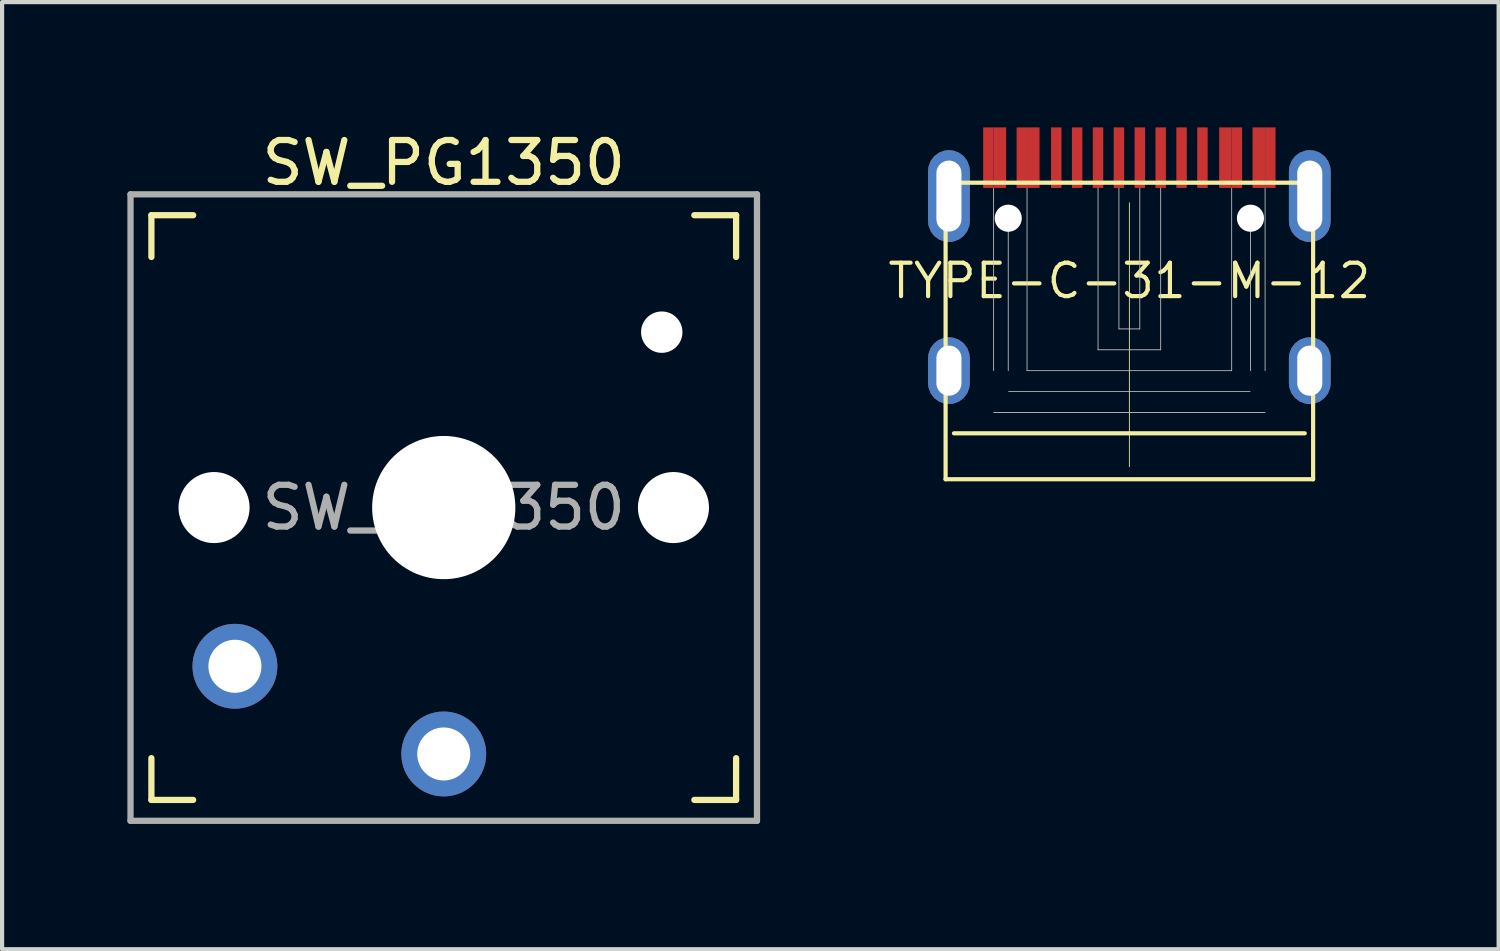
<source format=kicad_pcb>
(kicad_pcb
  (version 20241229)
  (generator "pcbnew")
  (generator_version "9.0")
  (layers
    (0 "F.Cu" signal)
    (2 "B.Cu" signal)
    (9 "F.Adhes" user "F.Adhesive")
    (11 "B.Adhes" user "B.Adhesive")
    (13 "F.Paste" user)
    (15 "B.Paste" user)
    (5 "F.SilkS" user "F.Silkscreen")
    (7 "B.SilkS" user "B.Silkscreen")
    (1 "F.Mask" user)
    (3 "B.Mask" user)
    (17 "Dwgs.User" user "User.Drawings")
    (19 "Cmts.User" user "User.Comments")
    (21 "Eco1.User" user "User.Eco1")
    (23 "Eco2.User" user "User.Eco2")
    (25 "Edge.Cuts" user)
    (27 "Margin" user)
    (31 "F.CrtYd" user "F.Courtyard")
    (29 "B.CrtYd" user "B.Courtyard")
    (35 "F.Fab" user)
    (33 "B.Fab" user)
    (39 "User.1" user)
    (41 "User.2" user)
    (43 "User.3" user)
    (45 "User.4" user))
  (footprint "TYPE-C-31-M-12"
    (layer "F.Cu")
    (at 23.991 5.825)
    (property "Reference" "TYPE-C-31-M-12" (at 0 -2.15 180) (layer "F.SilkS") (effects (font (size 0.8 0.8) (thickness 0.1))))
    (attr smd)
    (fp_line (start -4.4 -4.5) (end -4.4 2.6) (stroke (width 0.1) (type solid)) (layer "F.SilkS"))
    (fp_line (start -4.4 -4.5) (end 4.4 -4.5) (stroke (width 0.1) (type solid)) (layer "F.SilkS"))
    (fp_line (start 0 -4.02) (end 0 2.3) (stroke (width 0.02) (type solid)) (layer "F.SilkS"))
    (fp_line (start 4.2 1.5) (end -4.2 1.5) (stroke (width 0.1) (type solid)) (layer "F.SilkS"))
    (fp_line (start 4.4 -4.5) (end 4.4 2.6) (stroke (width 0.1) (type solid)) (layer "F.SilkS"))
    (fp_line (start 4.4 2.6) (end -4.4 2.6) (stroke (width 0.1) (type solid)) (layer "F.SilkS"))
    (fp_line (start -3.25 -4.37) (end -3.25 0) (stroke (width 0.02) (type solid)) (layer "Dwgs.User"))
    (fp_line (start -3.25 1) (end 3.25 1) (stroke (width 0.02) (type solid)) (layer "Dwgs.User"))
    (fp_line (start -2.9 -3.65) (end -2.9 0) (stroke (width 0.02) (type solid)) (layer "Dwgs.User"))
    (fp_line (start -2.89 0.5) (end 2.89 0.5) (stroke (width 0.02) (type solid)) (layer "Dwgs.User"))
    (fp_line (start -2.45 -4.37) (end -2.45 0) (stroke (width 0.02) (type solid)) (layer "Dwgs.User"))
    (fp_line (start -2.45 0) (end 2.45 0) (stroke (width 0.02) (type solid)) (layer "Dwgs.User"))
    (fp_line (start -0.75 -4.37) (end -0.75 -0.5) (stroke (width 0.02) (type solid)) (layer "Dwgs.User"))
    (fp_line (start -0.75 -0.5) (end 0.75 -0.5) (stroke (width 0.02) (type solid)) (layer "Dwgs.User"))
    (fp_line (start -0.25 -4.37) (end -0.25 -1) (stroke (width 0.02) (type solid)) (layer "Dwgs.User"))
    (fp_line (start -0.25 -1) (end 0.25 -1) (stroke (width 0.02) (type solid)) (layer "Dwgs.User"))
    (fp_line (start 0.25 -4.37) (end 0.25 -1) (stroke (width 0.02) (type solid)) (layer "Dwgs.User"))
    (fp_line (start 0.75 -4.37) (end 0.75 -0.5) (stroke (width 0.02) (type solid)) (layer "Dwgs.User"))
    (fp_line (start 2.45 -4.37) (end 2.45 0) (stroke (width 0.02) (type solid)) (layer "Dwgs.User"))
    (fp_line (start 2.9 -3.65) (end 2.9 0) (stroke (width 0.02) (type solid)) (layer "Dwgs.User"))
    (fp_line (start 3.25 -4.37) (end 3.25 0) (stroke (width 0.02) (type solid)) (layer "Dwgs.User"))
    (pad "" np_thru_hole circle (at -2.9 -3.65) (size 0.65 0.65) (drill 0.65) (layers "*.Cu" "*.Mask"))
    (pad "" np_thru_hole circle (at 2.9 -3.65) (size 0.65 0.65) (drill 0.65) (layers "*.Cu" "*.Mask"))
    (pad "A1" smd rect (at -3.375 -5.1) (size 0.25 1.45) (layers "F.Cu" "F.Mask" "F.Paste"))
    (pad "A4" smd rect (at -2.575 -5.1) (size 0.25 1.45) (layers "F.Cu" "F.Mask" "F.Paste"))
    (pad "A5" smd rect (at -1.25 -5.1) (size 0.25 1.45) (layers "F.Cu" "F.Mask" "F.Paste"))
    (pad "A6" smd rect (at -0.25 -5.1) (size 0.25 1.45) (layers "F.Cu" "F.Mask" "F.Paste"))
    (pad "A7" smd rect (at 0.25 -5.1) (size 0.25 1.45) (layers "F.Cu" "F.Mask" "F.Paste"))
    (pad "A8" smd rect (at 1.25 -5.1) (size 0.25 1.45) (layers "F.Cu" "F.Mask" "F.Paste"))
    (pad "A9" smd rect (at 2.575 -5.1) (size 0.25 1.45) (layers "F.Cu" "F.Mask" "F.Paste"))
    (pad "A12" smd rect (at 3.375 -5.1) (size 0.25 1.45) (layers "F.Cu" "F.Mask" "F.Paste"))
    (pad "B1" smd rect (at 3.1 -5.1) (size 0.3 1.45) (layers "F.Cu" "F.Mask" "F.Paste"))
    (pad "B4" smd rect (at 2.3 -5.1) (size 0.3 1.45) (layers "F.Cu" "F.Mask" "F.Paste"))
    (pad "B5" smd rect (at 1.75 -5.1) (size 0.25 1.45) (layers "F.Cu" "F.Mask" "F.Paste"))
    (pad "B6" smd rect (at 0.75 -5.1) (size 0.25 1.45) (layers "F.Cu" "F.Mask" "F.Paste"))
    (pad "B7" smd rect (at -0.75 -5.1) (size 0.25 1.45) (layers "F.Cu" "F.Mask" "F.Paste"))
    (pad "B8" smd rect (at -1.75 -5.1) (size 0.25 1.45) (layers "F.Cu" "F.Mask" "F.Paste"))
    (pad "B9" smd rect (at -2.3 -5.1) (size 0.3 1.45) (layers "F.Cu" "F.Mask" "F.Paste"))
    (pad "B12" smd rect (at -3.1 -5.1) (size 0.3 1.45) (layers "F.Cu" "F.Mask" "F.Paste"))
    (pad "S1" thru_hole roundrect (at -4.32 -4.18) (size 1 2.2) (drill oval 0.6 1.7) (layers "*.Cu" "*.Mask") (roundrect_rratio 0.5))
    (pad "S1" thru_hole roundrect (at -4.32 0) (size 1 1.6) (drill oval 0.6 1.2) (layers "*.Cu" "*.Mask") (roundrect_rratio 0.5))
    (pad "S1" thru_hole roundrect (at 4.32 -4.18) (size 1 2.2) (drill oval 0.6 1.7) (layers "*.Cu" "*.Mask") (roundrect_rratio 0.5))
    (pad "S1" thru_hole roundrect (at 4.32 0) (size 1 1.6) (drill oval 0.6 1.2) (layers "*.Cu" "*.Mask") (roundrect_rratio 0.5)))
  (footprint "SW_PG1350"
    (layer "F.Cu")
    (at 7.575 9.103)
    (property "Reference" "SW_PG1350" (at 0 -8.255 0) (layer "F.SilkS") (effects (font (size 1 1) (thickness 0.15))))
    (attr through_hole)
    (fp_line (start -7 -6) (end -7 -7) (stroke (width 0.15) (type solid)) (layer "F.SilkS"))
    (fp_line (start -7 7) (end -7 6) (stroke (width 0.15) (type solid)) (layer "F.SilkS"))
    (fp_line (start -7 7) (end -6 7) (stroke (width 0.15) (type solid)) (layer "F.SilkS"))
    (fp_line (start -6 -7) (end -7 -7) (stroke (width 0.15) (type solid)) (layer "F.SilkS"))
    (fp_line (start 6 7) (end 7 7) (stroke (width 0.15) (type solid)) (layer "F.SilkS"))
    (fp_line (start 7 -7) (end 6 -7) (stroke (width 0.15) (type solid)) (layer "F.SilkS"))
    (fp_line (start 7 -7) (end 7 -6) (stroke (width 0.15) (type solid)) (layer "F.SilkS"))
    (fp_line (start 7 6) (end 7 7) (stroke (width 0.15) (type solid)) (layer "F.SilkS"))
    (fp_line (start -6.9 6.9) (end -6.9 -6.9) (stroke (width 0.15) (type solid)) (layer "Eco2.User"))
    (fp_line (start -6.9 6.9) (end 6.9 6.9) (stroke (width 0.15) (type solid)) (layer "Eco2.User"))
    (fp_line (start -2.6 -3.1) (end -2.6 -6.3) (stroke (width 0.15) (type solid)) (layer "Eco2.User"))
    (fp_line (start -2.6 -3.1) (end 2.6 -3.1) (stroke (width 0.15) (type solid)) (layer "Eco2.User"))
    (fp_line (start 2.6 -6.3) (end -2.6 -6.3) (stroke (width 0.15) (type solid)) (layer "Eco2.User"))
    (fp_line (start 2.6 -3.1) (end 2.6 -6.3) (stroke (width 0.15) (type solid)) (layer "Eco2.User"))
    (fp_line (start 6.9 -6.9) (end -6.9 -6.9) (stroke (width 0.15) (type solid)) (layer "Eco2.User"))
    (fp_line (start 6.9 -6.9) (end 6.9 6.9) (stroke (width 0.15) (type solid)) (layer "Eco2.User"))
    (fp_line (start -7.5 -7.5) (end 7.5 -7.5) (stroke (width 0.15) (type solid)) (layer "F.Fab"))
    (fp_line (start -7.5 7.5) (end -7.5 -7.5) (stroke (width 0.15) (type solid)) (layer "F.Fab"))
    (fp_line (start 7.5 -7.5) (end 7.5 7.5) (stroke (width 0.15) (type solid)) (layer "F.Fab"))
    (fp_line (start 7.5 7.5) (end -7.5 7.5) (stroke (width 0.15) (type solid)) (layer "F.Fab"))
    (fp_text user "${REFERENCE}" (at 0 0 0) (layer "F.Fab") (effects (font (size 1 1) (thickness 0.15))))
    (pad "" np_thru_hole circle (at -5.5 0) (size 1.702 1.702) (drill 1.702) (layers "*.Cu" "*.Mask"))
    (pad "" np_thru_hole circle (at 0 0) (size 3.429 3.429) (drill 3.429) (layers "*.Cu" "*.Mask"))
    (pad "" np_thru_hole circle (at 5.22 -4.2) (size 0.991 0.991) (drill 0.991) (layers "*.Cu" "*.Mask"))
    (pad "" np_thru_hole circle (at 5.5 0) (size 1.702 1.702) (drill 1.702) (layers "*.Cu" "*.Mask"))
    (pad "1" thru_hole circle (at 0 5.9) (size 2.032 2.032) (drill 1.27) (layers "*.Cu" "*.Mask"))
    (pad "2" thru_hole circle (at -5 3.8) (size 2.032 2.032) (drill 1.27) (layers "*.Cu" "*.Mask")))
  (gr_rect
    (start -3 -3)
    (end 32.833 19.678)
    (stroke (width 0.1) (type default))
    (fill no)
    (layer "Edge.Cuts")))
</source>
